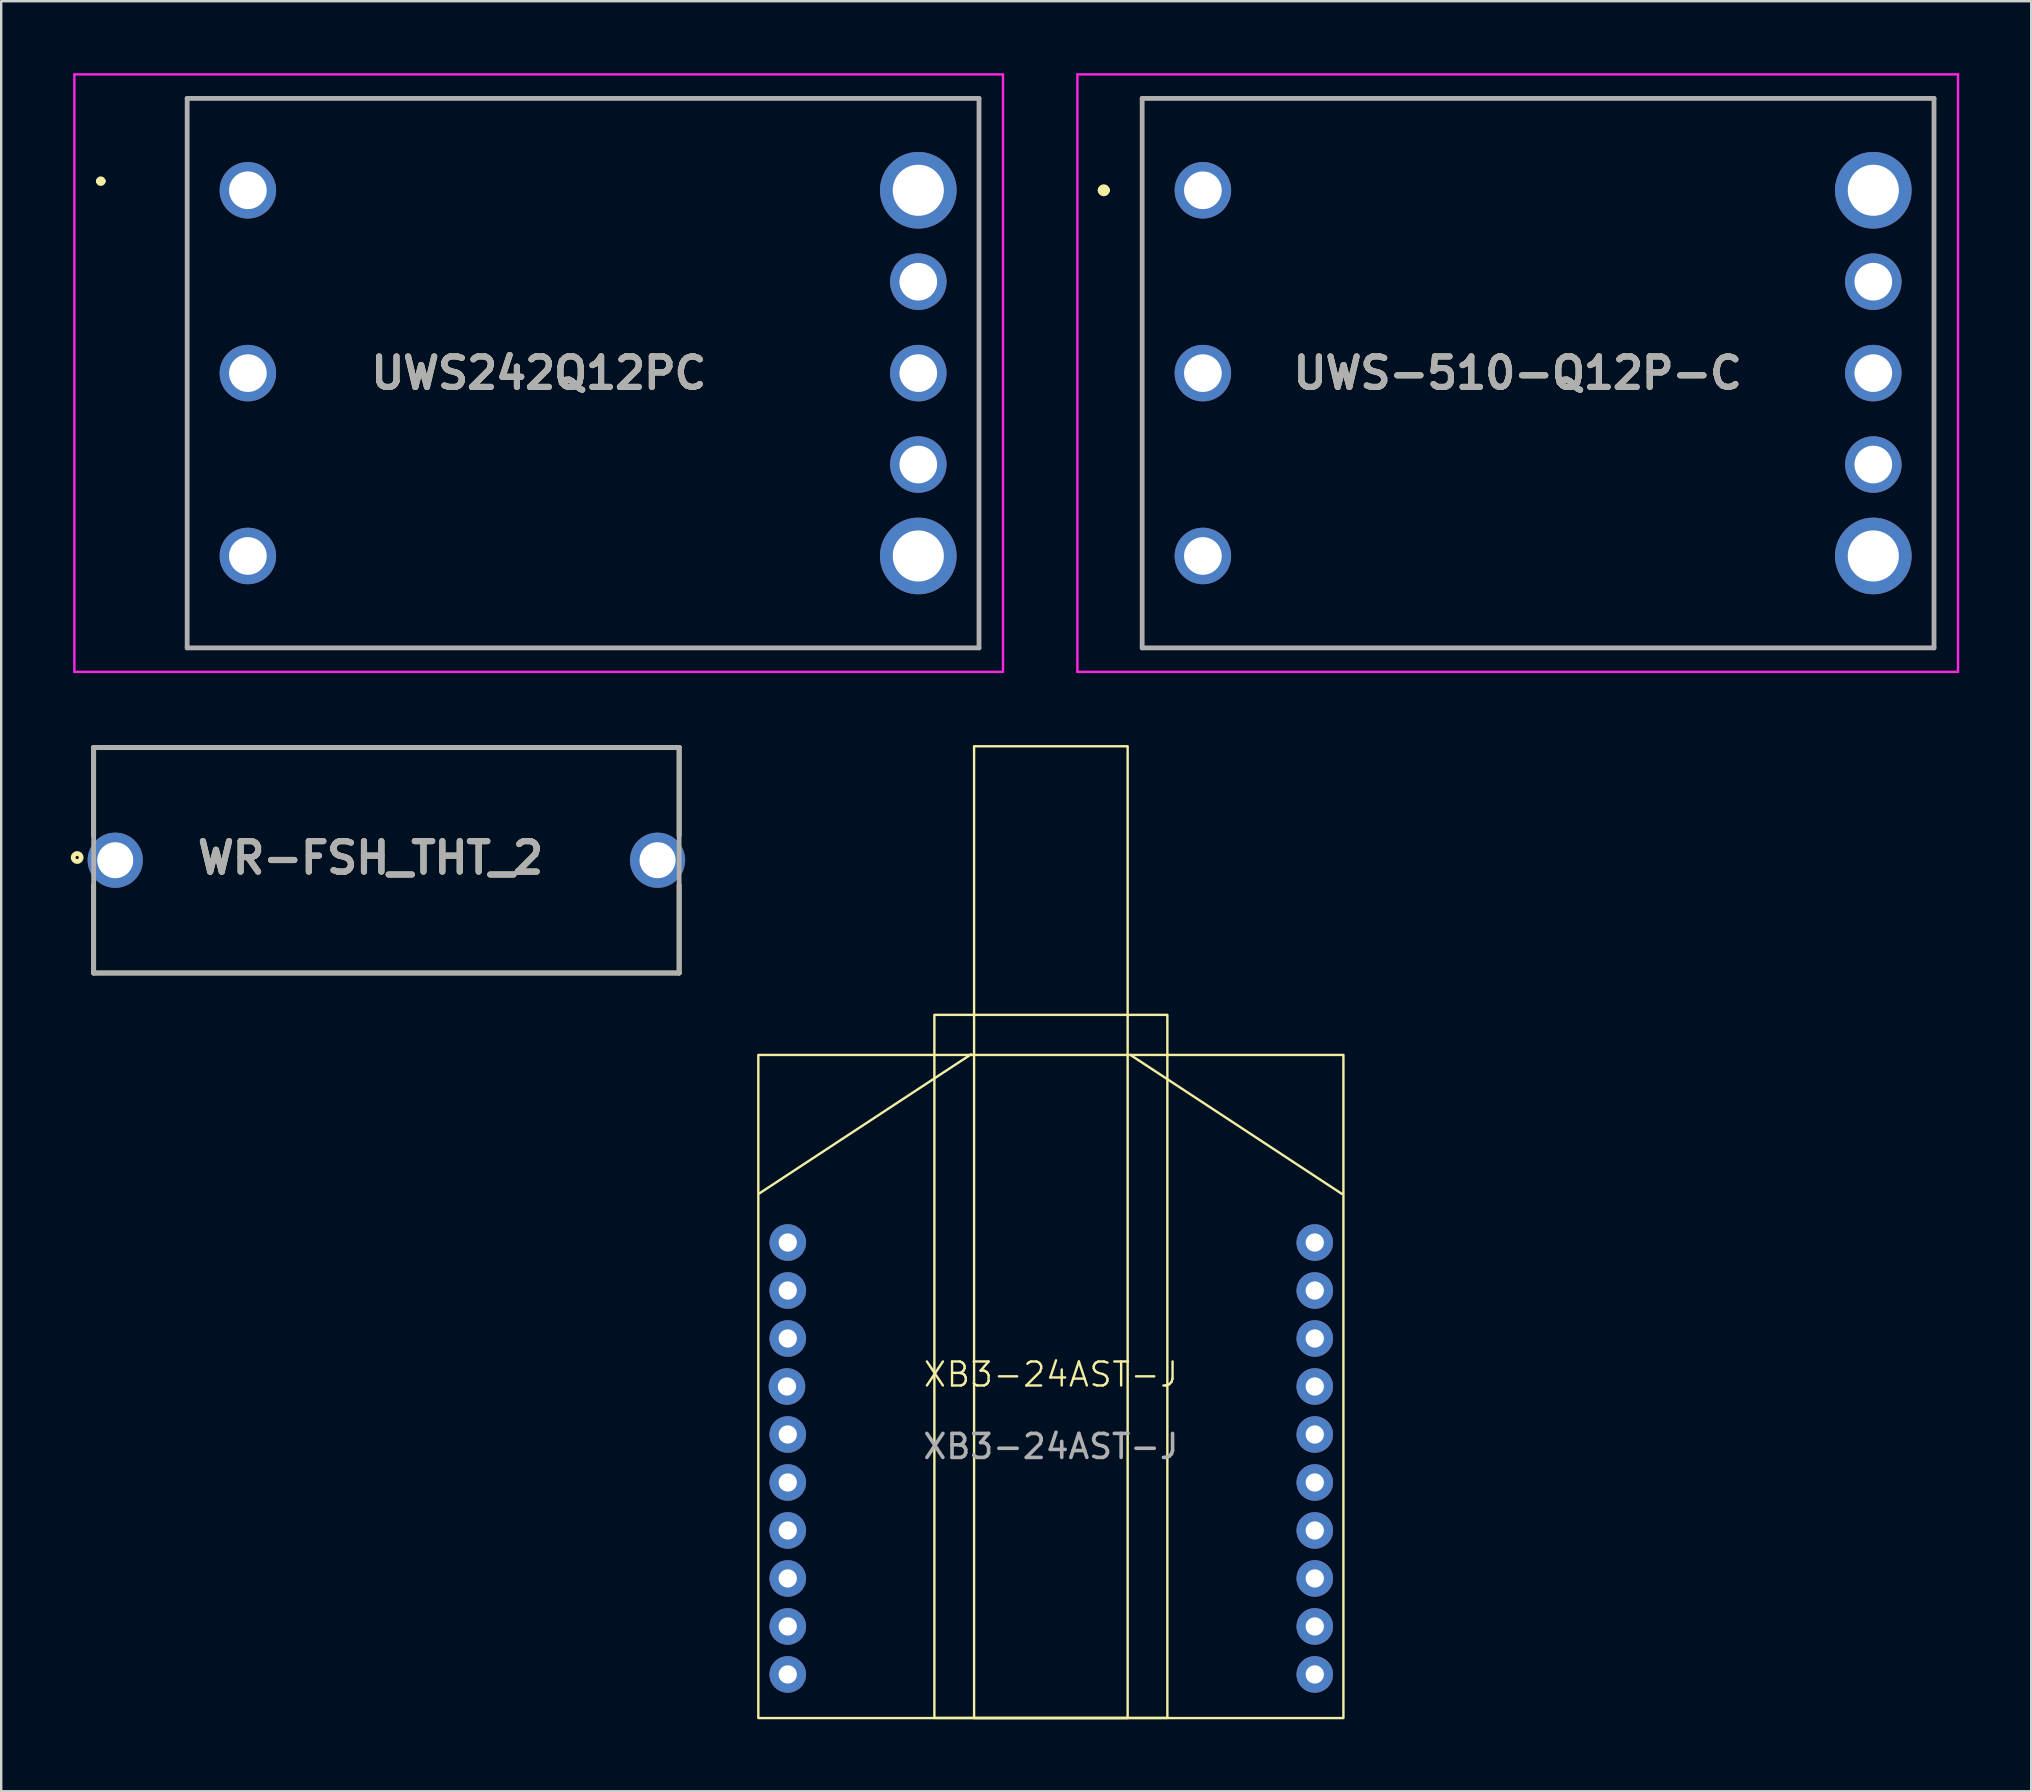
<source format=kicad_pcb>
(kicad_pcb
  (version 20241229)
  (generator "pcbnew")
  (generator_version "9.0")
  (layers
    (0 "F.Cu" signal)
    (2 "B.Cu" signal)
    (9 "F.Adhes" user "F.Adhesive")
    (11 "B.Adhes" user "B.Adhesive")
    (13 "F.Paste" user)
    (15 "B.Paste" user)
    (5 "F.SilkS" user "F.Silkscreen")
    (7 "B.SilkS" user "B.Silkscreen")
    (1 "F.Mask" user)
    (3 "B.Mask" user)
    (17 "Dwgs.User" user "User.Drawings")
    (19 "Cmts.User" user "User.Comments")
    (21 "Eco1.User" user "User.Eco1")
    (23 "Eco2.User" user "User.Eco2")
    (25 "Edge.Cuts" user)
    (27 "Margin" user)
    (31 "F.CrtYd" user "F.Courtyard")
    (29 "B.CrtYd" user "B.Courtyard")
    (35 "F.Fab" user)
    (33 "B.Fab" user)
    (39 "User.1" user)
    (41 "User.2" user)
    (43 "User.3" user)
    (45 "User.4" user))
  (footprint "UWS-510-Q12P-C"
    (layer "F.Cu")
    (at 47.08 4.88)
    (property "Reference" "UWS-510-Q12P-C" (at 13.12 7.62 0) (layer "F.SilkS") (effects (font (size 1.27 1.27) (thickness 0.254))))
    (attr through_hole)
    (fp_line (start -4.23 0) (end -4.23 0) (stroke (width 0.3) (type solid)) (layer "F.SilkS"))
    (fp_line (start -4.03 0) (end -4.03 0) (stroke (width 0.3) (type solid)) (layer "F.SilkS"))
    (fp_line (start -2.53 -3.83) (end 30.47 -3.83) (stroke (width 0.1) (type solid)) (layer "F.SilkS"))
    (fp_line (start -2.53 19.05) (end -2.53 -3.83) (stroke (width 0.1) (type solid)) (layer "F.SilkS"))
    (fp_line (start 30.47 -3.83) (end 30.47 19.05) (stroke (width 0.1) (type solid)) (layer "F.SilkS"))
    (fp_line (start 30.47 19.05) (end -2.53 19.05) (stroke (width 0.1) (type solid)) (layer "F.SilkS"))
    (fp_arc (start -4.23 0) (mid -4.13 -0.1) (end -4.03 0) (stroke (width 0.3) (type solid)) (layer "F.SilkS"))
    (fp_arc (start -4.03 0) (mid -4.13 0.1) (end -4.23 0) (stroke (width 0.3) (type solid)) (layer "F.SilkS"))
    (fp_line (start -5.23 -4.83) (end 31.47 -4.83) (stroke (width 0.1) (type solid)) (layer "F.CrtYd"))
    (fp_line (start -5.23 20.07) (end -5.23 -4.83) (stroke (width 0.1) (type solid)) (layer "F.CrtYd"))
    (fp_line (start 31.47 -4.83) (end 31.47 20.07) (stroke (width 0.1) (type solid)) (layer "F.CrtYd"))
    (fp_line (start 31.47 20.07) (end -5.23 20.07) (stroke (width 0.1) (type solid)) (layer "F.CrtYd"))
    (fp_line (start -2.53 -3.83) (end 30.47 -3.83) (stroke (width 0.2) (type solid)) (layer "F.Fab"))
    (fp_line (start -2.53 19.07) (end -2.53 -3.83) (stroke (width 0.2) (type solid)) (layer "F.Fab"))
    (fp_line (start 30.47 -3.83) (end 30.47 19.07) (stroke (width 0.2) (type solid)) (layer "F.Fab"))
    (fp_line (start 30.47 19.07) (end -2.53 19.07) (stroke (width 0.2) (type solid)) (layer "F.Fab"))
    (fp_text user "${REFERENCE}" (at 13.12 7.62 0) (layer "F.Fab") (effects (font (size 1.27 1.27) (thickness 0.254))))
    (pad "1" thru_hole circle (at 0 0) (size 2.355 2.355) (drill 1.57) (layers "*.Cu" "*.Mask"))
    (pad "2" thru_hole circle (at 0 7.62) (size 2.355 2.355) (drill 1.57) (layers "*.Cu" "*.Mask"))
    (pad "3" thru_hole circle (at 0 15.24) (size 2.355 2.355) (drill 1.57) (layers "*.Cu" "*.Mask"))
    (pad "4" thru_hole circle (at 27.94 15.24) (size 3.195 3.195) (drill 2.13) (layers "*.Cu" "*.Mask"))
    (pad "5" thru_hole circle (at 27.94 11.43) (size 2.355 2.355) (drill 1.57) (layers "*.Cu" "*.Mask"))
    (pad "6" thru_hole circle (at 27.94 7.62) (size 2.355 2.355) (drill 1.57) (layers "*.Cu" "*.Mask"))
    (pad "7" thru_hole circle (at 27.94 3.81) (size 2.355 2.355) (drill 1.57) (layers "*.Cu" "*.Mask"))
    (pad "8" thru_hole circle (at 27.94 0) (size 3.195 3.195) (drill 2.13) (layers "*.Cu" "*.Mask")))
  (footprint "UWS242Q12PC"
    (layer "F.Cu")
    (at 7.28 4.88)
    (property "Reference" "UWS242Q12PC" (at 12.12 7.62 0) (layer "F.SilkS") (effects (font (size 1.27 1.27) (thickness 0.254))))
    (attr through_hole)
    (fp_line (start -6.23 -0.38) (end -6.23 -0.38) (stroke (width 0.2) (type solid)) (layer "F.SilkS"))
    (fp_line (start -6.03 -0.38) (end -6.03 -0.38) (stroke (width 0.2) (type solid)) (layer "F.SilkS"))
    (fp_line (start -2.53 -3.83) (end 30.47 -3.83) (stroke (width 0.1) (type solid)) (layer "F.SilkS"))
    (fp_line (start -2.53 19.07) (end -2.53 -3.83) (stroke (width 0.1) (type solid)) (layer "F.SilkS"))
    (fp_line (start 30.47 -3.83) (end 30.47 19.07) (stroke (width 0.1) (type solid)) (layer "F.SilkS"))
    (fp_line (start 30.47 19.07) (end -2.53 19.07) (stroke (width 0.1) (type solid)) (layer "F.SilkS"))
    (fp_arc (start -6.23 -0.38) (mid -6.13 -0.48) (end -6.03 -0.38) (stroke (width 0.2) (type solid)) (layer "F.SilkS"))
    (fp_arc (start -6.03 -0.38) (mid -6.13 -0.28) (end -6.23 -0.38) (stroke (width 0.2) (type solid)) (layer "F.SilkS"))
    (fp_line (start -7.23 -4.83) (end 31.47 -4.83) (stroke (width 0.1) (type solid)) (layer "F.CrtYd"))
    (fp_line (start -7.23 20.07) (end -7.23 -4.83) (stroke (width 0.1) (type solid)) (layer "F.CrtYd"))
    (fp_line (start 31.47 -4.83) (end 31.47 20.07) (stroke (width 0.1) (type solid)) (layer "F.CrtYd"))
    (fp_line (start 31.47 20.07) (end -7.23 20.07) (stroke (width 0.1) (type solid)) (layer "F.CrtYd"))
    (fp_line (start -2.53 -3.83) (end 30.47 -3.83) (stroke (width 0.2) (type solid)) (layer "F.Fab"))
    (fp_line (start -2.53 19.07) (end -2.53 -3.83) (stroke (width 0.2) (type solid)) (layer "F.Fab"))
    (fp_line (start 30.47 -3.83) (end 30.47 19.07) (stroke (width 0.2) (type solid)) (layer "F.Fab"))
    (fp_line (start 30.47 19.07) (end -2.53 19.07) (stroke (width 0.2) (type solid)) (layer "F.Fab"))
    (fp_text user "${REFERENCE}" (at 12.12 7.62 0) (layer "F.Fab") (effects (font (size 1.27 1.27) (thickness 0.254))))
    (pad "1" thru_hole circle (at 0 0) (size 2.355 2.355) (drill 1.57) (layers "*.Cu" "*.Mask"))
    (pad "2" thru_hole circle (at 0 7.62) (size 2.355 2.355) (drill 1.57) (layers "*.Cu" "*.Mask"))
    (pad "3" thru_hole circle (at 0 15.24) (size 2.355 2.355) (drill 1.57) (layers "*.Cu" "*.Mask"))
    (pad "4" thru_hole circle (at 27.94 15.24) (size 3.195 3.195) (drill 2.13) (layers "*.Cu" "*.Mask"))
    (pad "5" thru_hole circle (at 27.94 11.43) (size 2.355 2.355) (drill 1.57) (layers "*.Cu" "*.Mask"))
    (pad "6" thru_hole circle (at 27.94 7.62) (size 2.355 2.355) (drill 1.57) (layers "*.Cu" "*.Mask"))
    (pad "7" thru_hole circle (at 27.94 3.81) (size 2.355 2.355) (drill 1.57) (layers "*.Cu" "*.Mask"))
    (pad "8" thru_hole circle (at 27.94 0) (size 3.195 3.195) (drill 2.13) (layers "*.Cu" "*.Mask")))
  (footprint "WR-FSH_THT_2"
    (layer "F.Cu")
    (at 13.053 32.8)
    (property "Reference" "WR-FSH_THT_2" (at -0.662 -0.1 0) (layer "F.SilkS") (effects (font (size 1.27 1.27) (thickness 0.254))))
    (attr through_hole)
    (fp_line (start -12.2 -4.7) (end -12.2 -1.023) (stroke (width 0.2) (type solid)) (layer "F.SilkS"))
    (fp_line (start -12.2 -4.7) (end 12.2 -4.7) (stroke (width 0.2) (type solid)) (layer "F.SilkS"))
    (fp_line (start -12.2 4.7) (end -12.2 1.023) (stroke (width 0.2) (type solid)) (layer "F.SilkS"))
    (fp_line (start 12.2 -4.7) (end 12.2 -1.023) (stroke (width 0.2) (type solid)) (layer "F.SilkS"))
    (fp_line (start 12.2 4.7) (end -12.2 4.7) (stroke (width 0.2) (type solid)) (layer "F.SilkS"))
    (fp_line (start 12.2 4.7) (end 12.2 1.023) (stroke (width 0.2) (type solid)) (layer "F.SilkS"))
    (fp_circle (center -12.887 -0.113) (end -12.887 -0.047) (stroke (width 0.2) (type solid)) (fill no) (layer "F.SilkS"))
    (fp_line (start -12.2 -4.7) (end 12.2 -4.7) (stroke (width 0.2) (type solid)) (layer "F.Fab"))
    (fp_line (start -12.2 4.7) (end -12.2 -4.7) (stroke (width 0.2) (type solid)) (layer "F.Fab"))
    (fp_line (start 12.2 -4.7) (end 12.2 4.7) (stroke (width 0.2) (type solid)) (layer "F.Fab"))
    (fp_line (start 12.2 4.7) (end -12.2 4.7) (stroke (width 0.2) (type solid)) (layer "F.Fab"))
    (fp_text user "${REFERENCE}" (at -0.662 -0.1 0) (layer "F.Fab") (effects (font (size 1.27 1.27) (thickness 0.254))))
    (pad "1" thru_hole circle (at -11.3 0) (size 2.3 2.3) (drill 1.5) (layers "*.Cu" "*.Mask"))
    (pad "2" thru_hole circle (at 11.3 0) (size 2.3 2.3) (drill 1.5) (layers "*.Cu" "*.Mask")))
  (footprint "XB3-24AST-J"
    (layer "F.Cu")
    (at 40.745 54.732)
    (property "Reference" "XB3-24AST-J" (at 0 -0.5 0) (unlocked yes) (layer "F.SilkS") (effects (font (size 1 1) (thickness 0.1))))
    (attr through_hole)
    (fp_line (start -12.141 -8.052) (end -3.327 -13.843) (stroke (width 0.1) (type default)) (layer "F.SilkS"))
    (fp_line (start 12.129 -8.026) (end 3.315 -13.818) (stroke (width 0.1) (type default)) (layer "F.SilkS"))
    (fp_rect (start -12.192 -13.818) (end 12.192 13.818) (stroke (width 0.1) (type default)) (fill no) (layer "F.SilkS"))
    (fp_rect (start -4.855 13.812) (end 4.855 -15.488) (stroke (width 0.1) (type default)) (fill no) (layer "F.SilkS"))
    (fp_rect (start -3.2 -26.682) (end 3.2 13.818) (stroke (width 0.1) (type default)) (fill no) (layer "F.SilkS"))
    (fp_text user "${REFERENCE}" (at 0 2.5 0) (unlocked yes) (layer "F.Fab") (effects (font (size 1 1) (thickness 0.15))))
    (pad "1" thru_hole circle (at -10.965 -6) (size 1.524 1.524) (drill 0.762) (layers "*.Cu" "*.Mask"))
    (pad "2" thru_hole circle (at -10.965 -4) (size 1.524 1.524) (drill 0.762) (layers "*.Cu" "*.Mask"))
    (pad "3" thru_hole circle (at -10.965 -2) (size 1.524 1.524) (drill 0.762) (layers "*.Cu" "*.Mask"))
    (pad "4" thru_hole circle (at -10.998 0) (size 1.524 1.524) (drill 0.762) (layers "*.Cu" "*.Mask"))
    (pad "5" thru_hole circle (at -10.965 2) (size 1.524 1.524) (drill 0.762) (layers "*.Cu" "*.Mask"))
    (pad "6" thru_hole circle (at -10.965 4) (size 1.524 1.524) (drill 0.762) (layers "*.Cu" "*.Mask"))
    (pad "7" thru_hole circle (at -10.965 6) (size 1.524 1.524) (drill 0.762) (layers "*.Cu" "*.Mask"))
    (pad "8" thru_hole circle (at -10.965 8) (size 1.524 1.524) (drill 0.762) (layers "*.Cu" "*.Mask"))
    (pad "9" thru_hole circle (at -10.965 10) (size 1.524 1.524) (drill 0.762) (layers "*.Cu" "*.Mask"))
    (pad "10" thru_hole circle (at -10.965 12) (size 1.524 1.524) (drill 0.762) (layers "*.Cu" "*.Mask"))
    (pad "11" thru_hole circle (at 10.998 12) (size 1.524 1.524) (drill 0.762) (layers "*.Cu" "*.Mask"))
    (pad "12" thru_hole circle (at 10.998 10) (size 1.524 1.524) (drill 0.762) (layers "*.Cu" "*.Mask"))
    (pad "13" thru_hole circle (at 10.998 8) (size 1.524 1.524) (drill 0.762) (layers "*.Cu" "*.Mask"))
    (pad "14" thru_hole circle (at 10.998 6) (size 1.524 1.524) (drill 0.762) (layers "*.Cu" "*.Mask"))
    (pad "15" thru_hole circle (at 10.998 4) (size 1.524 1.524) (drill 0.762) (layers "*.Cu" "*.Mask"))
    (pad "16" thru_hole circle (at 10.998 2) (size 1.524 1.524) (drill 0.762) (layers "*.Cu" "*.Mask"))
    (pad "17" thru_hole circle (at 10.998 0) (size 1.524 1.524) (drill 0.762) (layers "*.Cu" "*.Mask"))
    (pad "18" thru_hole circle (at 10.998 -2) (size 1.524 1.524) (drill 0.762) (layers "*.Cu" "*.Mask"))
    (pad "19" thru_hole circle (at 10.998 -4) (size 1.524 1.524) (drill 0.762) (layers "*.Cu" "*.Mask"))
    (pad "20" thru_hole circle (at 10.998 -6) (size 1.524 1.524) (drill 0.762) (layers "*.Cu" "*.Mask")))
  (gr_rect
    (start -3 -3)
    (end 81.6 71.6)
    (stroke (width 0.1) (type default))
    (fill no)
    (layer "Edge.Cuts")))
</source>
